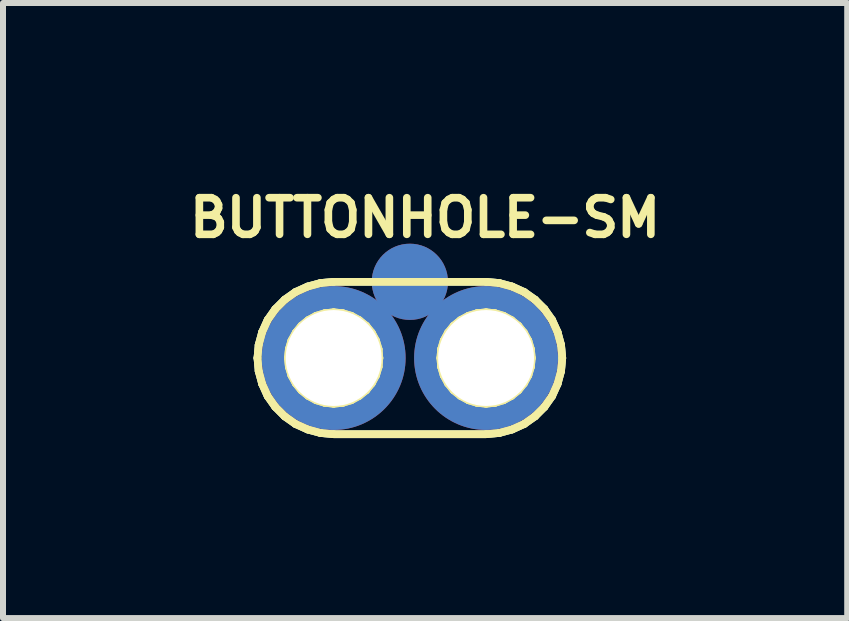
<source format=kicad_pcb>
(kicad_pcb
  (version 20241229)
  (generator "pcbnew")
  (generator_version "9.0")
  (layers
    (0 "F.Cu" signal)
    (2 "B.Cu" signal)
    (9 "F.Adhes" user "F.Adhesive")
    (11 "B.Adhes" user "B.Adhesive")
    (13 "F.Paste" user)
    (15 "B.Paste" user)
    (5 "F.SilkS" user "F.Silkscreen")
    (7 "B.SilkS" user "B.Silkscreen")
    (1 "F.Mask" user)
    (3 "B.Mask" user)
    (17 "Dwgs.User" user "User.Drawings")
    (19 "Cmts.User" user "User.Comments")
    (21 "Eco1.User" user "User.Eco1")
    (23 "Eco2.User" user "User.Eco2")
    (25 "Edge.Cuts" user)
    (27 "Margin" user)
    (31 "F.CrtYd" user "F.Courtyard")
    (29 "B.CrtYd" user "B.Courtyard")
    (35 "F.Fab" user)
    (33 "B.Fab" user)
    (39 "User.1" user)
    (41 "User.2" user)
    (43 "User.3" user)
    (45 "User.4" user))
  (footprint "BUTTONHOLE-SM"
    (layer "F.Cu")
    (at 3.78 2.916)
    (property "Reference" "BUTTONHOLE-SM" (at 0.254 -2.337 0) (layer "F.SilkS") (effects (font (size 0.61 0.61) (thickness 0.127))))
    (attr smd)
    (fp_line (start -2.54 0) (end -2.52 -0.218) (stroke (width 0.127) (type solid)) (layer "B.Cu"))
    (fp_line (start -2.52 -0.218) (end -2.461 -0.434) (stroke (width 0.127) (type solid)) (layer "B.Cu"))
    (fp_line (start -2.52 0.218) (end -2.54 0) (stroke (width 0.127) (type solid)) (layer "B.Cu"))
    (fp_line (start -2.461 -0.434) (end -2.37 -0.635) (stroke (width 0.127) (type solid)) (layer "B.Cu"))
    (fp_line (start -2.461 0.434) (end -2.52 0.218) (stroke (width 0.127) (type solid)) (layer "B.Cu"))
    (fp_line (start -2.37 -0.635) (end -2.243 -0.815) (stroke (width 0.127) (type solid)) (layer "B.Cu"))
    (fp_line (start -2.37 0.635) (end -2.461 0.434) (stroke (width 0.127) (type solid)) (layer "B.Cu"))
    (fp_line (start -2.243 -0.815) (end -2.085 -0.973) (stroke (width 0.127) (type solid)) (layer "B.Cu"))
    (fp_line (start -2.243 0.815) (end -2.37 0.635) (stroke (width 0.127) (type solid)) (layer "B.Cu"))
    (fp_line (start -2.085 -0.973) (end -1.905 -1.1) (stroke (width 0.127) (type solid)) (layer "B.Cu"))
    (fp_line (start -2.085 0.973) (end -2.243 0.815) (stroke (width 0.127) (type solid)) (layer "B.Cu"))
    (fp_line (start -1.905 -1.1) (end -1.704 -1.191) (stroke (width 0.127) (type solid)) (layer "B.Cu"))
    (fp_line (start -1.905 1.1) (end -2.085 0.973) (stroke (width 0.127) (type solid)) (layer "B.Cu"))
    (fp_line (start -1.704 -1.191) (end -1.488 -1.25) (stroke (width 0.127) (type solid)) (layer "B.Cu"))
    (fp_line (start -1.704 1.191) (end -1.905 1.1) (stroke (width 0.127) (type solid)) (layer "B.Cu"))
    (fp_line (start -1.488 -1.25) (end -1.27 -1.27) (stroke (width 0.127) (type solid)) (layer "B.Cu"))
    (fp_line (start -1.488 1.25) (end -1.704 1.191) (stroke (width 0.127) (type solid)) (layer "B.Cu"))
    (fp_line (start -1.27 -1.27) (end 1.27 -1.27) (stroke (width 0.127) (type solid)) (layer "B.Cu"))
    (fp_line (start -1.27 1.27) (end -1.488 1.25) (stroke (width 0.127) (type solid)) (layer "B.Cu"))
    (fp_line (start 1.27 -1.27) (end 1.488 -1.25) (stroke (width 0.127) (type solid)) (layer "B.Cu"))
    (fp_line (start 1.27 1.27) (end -1.27 1.27) (stroke (width 0.127) (type solid)) (layer "B.Cu"))
    (fp_line (start 1.488 -1.25) (end 1.704 -1.191) (stroke (width 0.127) (type solid)) (layer "B.Cu"))
    (fp_line (start 1.488 1.25) (end 1.27 1.27) (stroke (width 0.127) (type solid)) (layer "B.Cu"))
    (fp_line (start 1.704 -1.191) (end 1.905 -1.1) (stroke (width 0.127) (type solid)) (layer "B.Cu"))
    (fp_line (start 1.704 1.191) (end 1.488 1.25) (stroke (width 0.127) (type solid)) (layer "B.Cu"))
    (fp_line (start 1.905 -1.1) (end 2.085 -0.973) (stroke (width 0.127) (type solid)) (layer "B.Cu"))
    (fp_line (start 1.905 1.1) (end 1.704 1.191) (stroke (width 0.127) (type solid)) (layer "B.Cu"))
    (fp_line (start 2.085 -0.973) (end 2.243 -0.815) (stroke (width 0.127) (type solid)) (layer "B.Cu"))
    (fp_line (start 2.085 0.973) (end 1.905 1.1) (stroke (width 0.127) (type solid)) (layer "B.Cu"))
    (fp_line (start 2.243 -0.815) (end 2.37 -0.635) (stroke (width 0.127) (type solid)) (layer "B.Cu"))
    (fp_line (start 2.243 0.815) (end 2.085 0.973) (stroke (width 0.127) (type solid)) (layer "B.Cu"))
    (fp_line (start 2.37 -0.635) (end 2.461 -0.434) (stroke (width 0.127) (type solid)) (layer "B.Cu"))
    (fp_line (start 2.37 0.635) (end 2.243 0.815) (stroke (width 0.127) (type solid)) (layer "B.Cu"))
    (fp_line (start 2.461 -0.434) (end 2.52 -0.218) (stroke (width 0.127) (type solid)) (layer "B.Cu"))
    (fp_line (start 2.461 0.434) (end 2.37 0.635) (stroke (width 0.127) (type solid)) (layer "B.Cu"))
    (fp_line (start 2.52 -0.218) (end 2.54 0) (stroke (width 0.127) (type solid)) (layer "B.Cu"))
    (fp_line (start 2.52 0.218) (end 2.461 0.434) (stroke (width 0.127) (type solid)) (layer "B.Cu"))
    (fp_line (start 2.54 0) (end 2.52 0.218) (stroke (width 0.127) (type solid)) (layer "B.Cu"))
    (fp_line (start -2.54 0) (end -2.52 -0.218) (stroke (width 0.127) (type solid)) (layer "F.SilkS"))
    (fp_line (start -2.54 0) (end -2.52 -0.218) (stroke (width 0.127) (type solid)) (layer "F.SilkS"))
    (fp_line (start -2.52 -0.218) (end -2.461 -0.434) (stroke (width 0.127) (type solid)) (layer "F.SilkS"))
    (fp_line (start -2.52 -0.218) (end -2.461 -0.434) (stroke (width 0.127) (type solid)) (layer "F.SilkS"))
    (fp_line (start -2.52 0.218) (end -2.54 0) (stroke (width 0.127) (type solid)) (layer "F.SilkS"))
    (fp_line (start -2.52 0.218) (end -2.54 0) (stroke (width 0.127) (type solid)) (layer "F.SilkS"))
    (fp_line (start -2.461 -0.434) (end -2.37 -0.635) (stroke (width 0.127) (type solid)) (layer "F.SilkS"))
    (fp_line (start -2.461 -0.434) (end -2.37 -0.635) (stroke (width 0.127) (type solid)) (layer "F.SilkS"))
    (fp_line (start -2.461 0.434) (end -2.52 0.218) (stroke (width 0.127) (type solid)) (layer "F.SilkS"))
    (fp_line (start -2.461 0.434) (end -2.52 0.218) (stroke (width 0.127) (type solid)) (layer "F.SilkS"))
    (fp_line (start -2.37 -0.635) (end -2.243 -0.815) (stroke (width 0.127) (type solid)) (layer "F.SilkS"))
    (fp_line (start -2.37 -0.635) (end -2.243 -0.815) (stroke (width 0.127) (type solid)) (layer "F.SilkS"))
    (fp_line (start -2.37 0.635) (end -2.461 0.434) (stroke (width 0.127) (type solid)) (layer "F.SilkS"))
    (fp_line (start -2.37 0.635) (end -2.461 0.434) (stroke (width 0.127) (type solid)) (layer "F.SilkS"))
    (fp_line (start -2.243 -0.815) (end -2.085 -0.973) (stroke (width 0.127) (type solid)) (layer "F.SilkS"))
    (fp_line (start -2.243 -0.815) (end -2.085 -0.973) (stroke (width 0.127) (type solid)) (layer "F.SilkS"))
    (fp_line (start -2.243 0.815) (end -2.37 0.635) (stroke (width 0.127) (type solid)) (layer "F.SilkS"))
    (fp_line (start -2.243 0.815) (end -2.37 0.635) (stroke (width 0.127) (type solid)) (layer "F.SilkS"))
    (fp_line (start -2.085 -0.973) (end -1.905 -1.1) (stroke (width 0.127) (type solid)) (layer "F.SilkS"))
    (fp_line (start -2.085 -0.973) (end -1.905 -1.1) (stroke (width 0.127) (type solid)) (layer "F.SilkS"))
    (fp_line (start -2.085 0.973) (end -2.243 0.815) (stroke (width 0.127) (type solid)) (layer "F.SilkS"))
    (fp_line (start -2.085 0.973) (end -2.243 0.815) (stroke (width 0.127) (type solid)) (layer "F.SilkS"))
    (fp_line (start -2.032 0) (end -2.017 0.147) (stroke (width 0.127) (type solid)) (layer "F.SilkS"))
    (fp_line (start -2.032 0) (end -2.017 0.147) (stroke (width 0.127) (type solid)) (layer "F.SilkS"))
    (fp_line (start -2.017 -0.147) (end -2.032 0) (stroke (width 0.127) (type solid)) (layer "F.SilkS"))
    (fp_line (start -2.017 -0.147) (end -2.032 0) (stroke (width 0.127) (type solid)) (layer "F.SilkS"))
    (fp_line (start -2.017 0.147) (end -1.974 0.29) (stroke (width 0.127) (type solid)) (layer "F.SilkS"))
    (fp_line (start -2.017 0.147) (end -1.974 0.29) (stroke (width 0.127) (type solid)) (layer "F.SilkS"))
    (fp_line (start -1.974 -0.29) (end -2.017 -0.147) (stroke (width 0.127) (type solid)) (layer "F.SilkS"))
    (fp_line (start -1.974 -0.29) (end -2.017 -0.147) (stroke (width 0.127) (type solid)) (layer "F.SilkS"))
    (fp_line (start -1.974 0.29) (end -1.902 0.422) (stroke (width 0.127) (type solid)) (layer "F.SilkS"))
    (fp_line (start -1.974 0.29) (end -1.902 0.422) (stroke (width 0.127) (type solid)) (layer "F.SilkS"))
    (fp_line (start -1.905 -1.1) (end -1.704 -1.191) (stroke (width 0.127) (type solid)) (layer "F.SilkS"))
    (fp_line (start -1.905 -1.1) (end -1.704 -1.191) (stroke (width 0.127) (type solid)) (layer "F.SilkS"))
    (fp_line (start -1.905 1.1) (end -2.085 0.973) (stroke (width 0.127) (type solid)) (layer "F.SilkS"))
    (fp_line (start -1.905 1.1) (end -2.085 0.973) (stroke (width 0.127) (type solid)) (layer "F.SilkS"))
    (fp_line (start -1.902 -0.422) (end -1.974 -0.29) (stroke (width 0.127) (type solid)) (layer "F.SilkS"))
    (fp_line (start -1.902 -0.422) (end -1.974 -0.29) (stroke (width 0.127) (type solid)) (layer "F.SilkS"))
    (fp_line (start -1.902 0.422) (end -1.808 0.538) (stroke (width 0.127) (type solid)) (layer "F.SilkS"))
    (fp_line (start -1.902 0.422) (end -1.808 0.538) (stroke (width 0.127) (type solid)) (layer "F.SilkS"))
    (fp_line (start -1.808 -0.538) (end -1.902 -0.422) (stroke (width 0.127) (type solid)) (layer "F.SilkS"))
    (fp_line (start -1.808 -0.538) (end -1.902 -0.422) (stroke (width 0.127) (type solid)) (layer "F.SilkS"))
    (fp_line (start -1.808 0.538) (end -1.692 0.632) (stroke (width 0.127) (type solid)) (layer "F.SilkS"))
    (fp_line (start -1.808 0.538) (end -1.692 0.632) (stroke (width 0.127) (type solid)) (layer "F.SilkS"))
    (fp_line (start -1.704 -1.191) (end -1.488 -1.25) (stroke (width 0.127) (type solid)) (layer "F.SilkS"))
    (fp_line (start -1.704 -1.191) (end -1.488 -1.25) (stroke (width 0.127) (type solid)) (layer "F.SilkS"))
    (fp_line (start -1.704 1.191) (end -1.905 1.1) (stroke (width 0.127) (type solid)) (layer "F.SilkS"))
    (fp_line (start -1.704 1.191) (end -1.905 1.1) (stroke (width 0.127) (type solid)) (layer "F.SilkS"))
    (fp_line (start -1.692 -0.632) (end -1.808 -0.538) (stroke (width 0.127) (type solid)) (layer "F.SilkS"))
    (fp_line (start -1.692 -0.632) (end -1.808 -0.538) (stroke (width 0.127) (type solid)) (layer "F.SilkS"))
    (fp_line (start -1.692 0.632) (end -1.56 0.704) (stroke (width 0.127) (type solid)) (layer "F.SilkS"))
    (fp_line (start -1.692 0.632) (end -1.56 0.704) (stroke (width 0.127) (type solid)) (layer "F.SilkS"))
    (fp_line (start -1.56 -0.704) (end -1.692 -0.632) (stroke (width 0.127) (type solid)) (layer "F.SilkS"))
    (fp_line (start -1.56 -0.704) (end -1.692 -0.632) (stroke (width 0.127) (type solid)) (layer "F.SilkS"))
    (fp_line (start -1.56 0.704) (end -1.417 0.747) (stroke (width 0.127) (type solid)) (layer "F.SilkS"))
    (fp_line (start -1.56 0.704) (end -1.417 0.747) (stroke (width 0.127) (type solid)) (layer "F.SilkS"))
    (fp_line (start -1.488 -1.25) (end -1.27 -1.27) (stroke (width 0.127) (type solid)) (layer "F.SilkS"))
    (fp_line (start -1.488 -1.25) (end -1.27 -1.27) (stroke (width 0.127) (type solid)) (layer "F.SilkS"))
    (fp_line (start -1.488 1.25) (end -1.704 1.191) (stroke (width 0.127) (type solid)) (layer "F.SilkS"))
    (fp_line (start -1.488 1.25) (end -1.704 1.191) (stroke (width 0.127) (type solid)) (layer "F.SilkS"))
    (fp_line (start -1.417 -0.747) (end -1.56 -0.704) (stroke (width 0.127) (type solid)) (layer "F.SilkS"))
    (fp_line (start -1.417 -0.747) (end -1.56 -0.704) (stroke (width 0.127) (type solid)) (layer "F.SilkS"))
    (fp_line (start -1.417 0.747) (end -1.27 0.762) (stroke (width 0.127) (type solid)) (layer "F.SilkS"))
    (fp_line (start -1.417 0.747) (end -1.27 0.762) (stroke (width 0.127) (type solid)) (layer "F.SilkS"))
    (fp_line (start -1.27 -1.27) (end 1.27 -1.27) (stroke (width 0.127) (type solid)) (layer "F.SilkS"))
    (fp_line (start -1.27 -1.27) (end 1.27 -1.27) (stroke (width 0.127) (type solid)) (layer "F.SilkS"))
    (fp_line (start -1.27 -0.762) (end -1.417 -0.747) (stroke (width 0.127) (type solid)) (layer "F.SilkS"))
    (fp_line (start -1.27 -0.762) (end -1.417 -0.747) (stroke (width 0.127) (type solid)) (layer "F.SilkS"))
    (fp_line (start -1.27 0.762) (end -1.12 0.747) (stroke (width 0.127) (type solid)) (layer "F.SilkS"))
    (fp_line (start -1.27 0.762) (end -1.12 0.747) (stroke (width 0.127) (type solid)) (layer "F.SilkS"))
    (fp_line (start -1.27 1.27) (end -1.488 1.25) (stroke (width 0.127) (type solid)) (layer "F.SilkS"))
    (fp_line (start -1.27 1.27) (end -1.488 1.25) (stroke (width 0.127) (type solid)) (layer "F.SilkS"))
    (fp_line (start -1.12 -0.747) (end -1.27 -0.762) (stroke (width 0.127) (type solid)) (layer "F.SilkS"))
    (fp_line (start -1.12 -0.747) (end -1.27 -0.762) (stroke (width 0.127) (type solid)) (layer "F.SilkS"))
    (fp_line (start -1.12 0.747) (end -0.978 0.704) (stroke (width 0.127) (type solid)) (layer "F.SilkS"))
    (fp_line (start -1.12 0.747) (end -0.978 0.704) (stroke (width 0.127) (type solid)) (layer "F.SilkS"))
    (fp_line (start -0.978 -0.704) (end -1.12 -0.747) (stroke (width 0.127) (type solid)) (layer "F.SilkS"))
    (fp_line (start -0.978 -0.704) (end -1.12 -0.747) (stroke (width 0.127) (type solid)) (layer "F.SilkS"))
    (fp_line (start -0.978 0.704) (end -0.846 0.632) (stroke (width 0.127) (type solid)) (layer "F.SilkS"))
    (fp_line (start -0.978 0.704) (end -0.846 0.632) (stroke (width 0.127) (type solid)) (layer "F.SilkS"))
    (fp_line (start -0.846 -0.632) (end -0.978 -0.704) (stroke (width 0.127) (type solid)) (layer "F.SilkS"))
    (fp_line (start -0.846 -0.632) (end -0.978 -0.704) (stroke (width 0.127) (type solid)) (layer "F.SilkS"))
    (fp_line (start -0.846 0.632) (end -0.729 0.538) (stroke (width 0.127) (type solid)) (layer "F.SilkS"))
    (fp_line (start -0.846 0.632) (end -0.729 0.538) (stroke (width 0.127) (type solid)) (layer "F.SilkS"))
    (fp_line (start -0.729 -0.538) (end -0.846 -0.632) (stroke (width 0.127) (type solid)) (layer "F.SilkS"))
    (fp_line (start -0.729 -0.538) (end -0.846 -0.632) (stroke (width 0.127) (type solid)) (layer "F.SilkS"))
    (fp_line (start -0.729 0.538) (end -0.635 0.422) (stroke (width 0.127) (type solid)) (layer "F.SilkS"))
    (fp_line (start -0.729 0.538) (end -0.635 0.422) (stroke (width 0.127) (type solid)) (layer "F.SilkS"))
    (fp_line (start -0.635 -0.422) (end -0.729 -0.538) (stroke (width 0.127) (type solid)) (layer "F.SilkS"))
    (fp_line (start -0.635 -0.422) (end -0.729 -0.538) (stroke (width 0.127) (type solid)) (layer "F.SilkS"))
    (fp_line (start -0.635 0.422) (end -0.564 0.29) (stroke (width 0.127) (type solid)) (layer "F.SilkS"))
    (fp_line (start -0.635 0.422) (end -0.564 0.29) (stroke (width 0.127) (type solid)) (layer "F.SilkS"))
    (fp_line (start -0.564 -0.29) (end -0.635 -0.422) (stroke (width 0.127) (type solid)) (layer "F.SilkS"))
    (fp_line (start -0.564 -0.29) (end -0.635 -0.422) (stroke (width 0.127) (type solid)) (layer "F.SilkS"))
    (fp_line (start -0.564 0.29) (end -0.521 0.147) (stroke (width 0.127) (type solid)) (layer "F.SilkS"))
    (fp_line (start -0.564 0.29) (end -0.521 0.147) (stroke (width 0.127) (type solid)) (layer "F.SilkS"))
    (fp_line (start -0.521 -0.147) (end -0.564 -0.29) (stroke (width 0.127) (type solid)) (layer "F.SilkS"))
    (fp_line (start -0.521 -0.147) (end -0.564 -0.29) (stroke (width 0.127) (type solid)) (layer "F.SilkS"))
    (fp_line (start -0.521 0.147) (end -0.508 0) (stroke (width 0.127) (type solid)) (layer "F.SilkS"))
    (fp_line (start -0.521 0.147) (end -0.508 0) (stroke (width 0.127) (type solid)) (layer "F.SilkS"))
    (fp_line (start -0.508 0) (end -0.521 -0.147) (stroke (width 0.127) (type solid)) (layer "F.SilkS"))
    (fp_line (start -0.508 0) (end -0.521 -0.147) (stroke (width 0.127) (type solid)) (layer "F.SilkS"))
    (fp_line (start 0.508 0) (end 0.521 0.147) (stroke (width 0.127) (type solid)) (layer "F.SilkS"))
    (fp_line (start 0.508 0) (end 0.521 0.147) (stroke (width 0.127) (type solid)) (layer "F.SilkS"))
    (fp_line (start 0.521 -0.147) (end 0.508 0) (stroke (width 0.127) (type solid)) (layer "F.SilkS"))
    (fp_line (start 0.521 -0.147) (end 0.508 0) (stroke (width 0.127) (type solid)) (layer "F.SilkS"))
    (fp_line (start 0.521 0.147) (end 0.564 0.29) (stroke (width 0.127) (type solid)) (layer "F.SilkS"))
    (fp_line (start 0.521 0.147) (end 0.564 0.29) (stroke (width 0.127) (type solid)) (layer "F.SilkS"))
    (fp_line (start 0.564 -0.29) (end 0.521 -0.147) (stroke (width 0.127) (type solid)) (layer "F.SilkS"))
    (fp_line (start 0.564 -0.29) (end 0.521 -0.147) (stroke (width 0.127) (type solid)) (layer "F.SilkS"))
    (fp_line (start 0.564 0.29) (end 0.635 0.422) (stroke (width 0.127) (type solid)) (layer "F.SilkS"))
    (fp_line (start 0.564 0.29) (end 0.635 0.422) (stroke (width 0.127) (type solid)) (layer "F.SilkS"))
    (fp_line (start 0.635 -0.422) (end 0.564 -0.29) (stroke (width 0.127) (type solid)) (layer "F.SilkS"))
    (fp_line (start 0.635 -0.422) (end 0.564 -0.29) (stroke (width 0.127) (type solid)) (layer "F.SilkS"))
    (fp_line (start 0.635 0.422) (end 0.729 0.538) (stroke (width 0.127) (type solid)) (layer "F.SilkS"))
    (fp_line (start 0.635 0.422) (end 0.729 0.538) (stroke (width 0.127) (type solid)) (layer "F.SilkS"))
    (fp_line (start 0.729 -0.538) (end 0.635 -0.422) (stroke (width 0.127) (type solid)) (layer "F.SilkS"))
    (fp_line (start 0.729 -0.538) (end 0.635 -0.422) (stroke (width 0.127) (type solid)) (layer "F.SilkS"))
    (fp_line (start 0.729 0.538) (end 0.846 0.632) (stroke (width 0.127) (type solid)) (layer "F.SilkS"))
    (fp_line (start 0.729 0.538) (end 0.846 0.632) (stroke (width 0.127) (type solid)) (layer "F.SilkS"))
    (fp_line (start 0.846 -0.632) (end 0.729 -0.538) (stroke (width 0.127) (type solid)) (layer "F.SilkS"))
    (fp_line (start 0.846 -0.632) (end 0.729 -0.538) (stroke (width 0.127) (type solid)) (layer "F.SilkS"))
    (fp_line (start 0.846 0.632) (end 0.978 0.704) (stroke (width 0.127) (type solid)) (layer "F.SilkS"))
    (fp_line (start 0.846 0.632) (end 0.978 0.704) (stroke (width 0.127) (type solid)) (layer "F.SilkS"))
    (fp_line (start 0.978 -0.704) (end 0.846 -0.632) (stroke (width 0.127) (type solid)) (layer "F.SilkS"))
    (fp_line (start 0.978 -0.704) (end 0.846 -0.632) (stroke (width 0.127) (type solid)) (layer "F.SilkS"))
    (fp_line (start 0.978 0.704) (end 1.12 0.747) (stroke (width 0.127) (type solid)) (layer "F.SilkS"))
    (fp_line (start 0.978 0.704) (end 1.12 0.747) (stroke (width 0.127) (type solid)) (layer "F.SilkS"))
    (fp_line (start 1.12 -0.747) (end 0.978 -0.704) (stroke (width 0.127) (type solid)) (layer "F.SilkS"))
    (fp_line (start 1.12 -0.747) (end 0.978 -0.704) (stroke (width 0.127) (type solid)) (layer "F.SilkS"))
    (fp_line (start 1.12 0.747) (end 1.27 0.762) (stroke (width 0.127) (type solid)) (layer "F.SilkS"))
    (fp_line (start 1.12 0.747) (end 1.27 0.762) (stroke (width 0.127) (type solid)) (layer "F.SilkS"))
    (fp_line (start 1.27 -1.27) (end 1.488 -1.25) (stroke (width 0.127) (type solid)) (layer "F.SilkS"))
    (fp_line (start 1.27 -1.27) (end 1.488 -1.25) (stroke (width 0.127) (type solid)) (layer "F.SilkS"))
    (fp_line (start 1.27 -0.762) (end 1.12 -0.747) (stroke (width 0.127) (type solid)) (layer "F.SilkS"))
    (fp_line (start 1.27 -0.762) (end 1.12 -0.747) (stroke (width 0.127) (type solid)) (layer "F.SilkS"))
    (fp_line (start 1.27 0.762) (end 1.417 0.747) (stroke (width 0.127) (type solid)) (layer "F.SilkS"))
    (fp_line (start 1.27 0.762) (end 1.417 0.747) (stroke (width 0.127) (type solid)) (layer "F.SilkS"))
    (fp_line (start 1.27 1.27) (end -1.27 1.27) (stroke (width 0.127) (type solid)) (layer "F.SilkS"))
    (fp_line (start 1.27 1.27) (end -1.27 1.27) (stroke (width 0.127) (type solid)) (layer "F.SilkS"))
    (fp_line (start 1.417 -0.747) (end 1.27 -0.762) (stroke (width 0.127) (type solid)) (layer "F.SilkS"))
    (fp_line (start 1.417 -0.747) (end 1.27 -0.762) (stroke (width 0.127) (type solid)) (layer "F.SilkS"))
    (fp_line (start 1.417 0.747) (end 1.56 0.704) (stroke (width 0.127) (type solid)) (layer "F.SilkS"))
    (fp_line (start 1.417 0.747) (end 1.56 0.704) (stroke (width 0.127) (type solid)) (layer "F.SilkS"))
    (fp_line (start 1.488 -1.25) (end 1.704 -1.191) (stroke (width 0.127) (type solid)) (layer "F.SilkS"))
    (fp_line (start 1.488 -1.25) (end 1.704 -1.191) (stroke (width 0.127) (type solid)) (layer "F.SilkS"))
    (fp_line (start 1.488 1.25) (end 1.27 1.27) (stroke (width 0.127) (type solid)) (layer "F.SilkS"))
    (fp_line (start 1.488 1.25) (end 1.27 1.27) (stroke (width 0.127) (type solid)) (layer "F.SilkS"))
    (fp_line (start 1.56 -0.704) (end 1.417 -0.747) (stroke (width 0.127) (type solid)) (layer "F.SilkS"))
    (fp_line (start 1.56 -0.704) (end 1.417 -0.747) (stroke (width 0.127) (type solid)) (layer "F.SilkS"))
    (fp_line (start 1.56 0.704) (end 1.692 0.632) (stroke (width 0.127) (type solid)) (layer "F.SilkS"))
    (fp_line (start 1.56 0.704) (end 1.692 0.632) (stroke (width 0.127) (type solid)) (layer "F.SilkS"))
    (fp_line (start 1.692 -0.632) (end 1.56 -0.704) (stroke (width 0.127) (type solid)) (layer "F.SilkS"))
    (fp_line (start 1.692 -0.632) (end 1.56 -0.704) (stroke (width 0.127) (type solid)) (layer "F.SilkS"))
    (fp_line (start 1.692 0.632) (end 1.808 0.538) (stroke (width 0.127) (type solid)) (layer "F.SilkS"))
    (fp_line (start 1.692 0.632) (end 1.808 0.538) (stroke (width 0.127) (type solid)) (layer "F.SilkS"))
    (fp_line (start 1.704 -1.191) (end 1.905 -1.1) (stroke (width 0.127) (type solid)) (layer "F.SilkS"))
    (fp_line (start 1.704 -1.191) (end 1.905 -1.1) (stroke (width 0.127) (type solid)) (layer "F.SilkS"))
    (fp_line (start 1.704 1.191) (end 1.488 1.25) (stroke (width 0.127) (type solid)) (layer "F.SilkS"))
    (fp_line (start 1.704 1.191) (end 1.488 1.25) (stroke (width 0.127) (type solid)) (layer "F.SilkS"))
    (fp_line (start 1.808 -0.538) (end 1.692 -0.632) (stroke (width 0.127) (type solid)) (layer "F.SilkS"))
    (fp_line (start 1.808 -0.538) (end 1.692 -0.632) (stroke (width 0.127) (type solid)) (layer "F.SilkS"))
    (fp_line (start 1.808 0.538) (end 1.902 0.422) (stroke (width 0.127) (type solid)) (layer "F.SilkS"))
    (fp_line (start 1.808 0.538) (end 1.902 0.422) (stroke (width 0.127) (type solid)) (layer "F.SilkS"))
    (fp_line (start 1.902 -0.422) (end 1.808 -0.538) (stroke (width 0.127) (type solid)) (layer "F.SilkS"))
    (fp_line (start 1.902 -0.422) (end 1.808 -0.538) (stroke (width 0.127) (type solid)) (layer "F.SilkS"))
    (fp_line (start 1.902 0.422) (end 1.974 0.29) (stroke (width 0.127) (type solid)) (layer "F.SilkS"))
    (fp_line (start 1.902 0.422) (end 1.974 0.29) (stroke (width 0.127) (type solid)) (layer "F.SilkS"))
    (fp_line (start 1.905 -1.1) (end 2.085 -0.973) (stroke (width 0.127) (type solid)) (layer "F.SilkS"))
    (fp_line (start 1.905 -1.1) (end 2.085 -0.973) (stroke (width 0.127) (type solid)) (layer "F.SilkS"))
    (fp_line (start 1.905 1.1) (end 1.704 1.191) (stroke (width 0.127) (type solid)) (layer "F.SilkS"))
    (fp_line (start 1.905 1.1) (end 1.704 1.191) (stroke (width 0.127) (type solid)) (layer "F.SilkS"))
    (fp_line (start 1.974 -0.29) (end 1.902 -0.422) (stroke (width 0.127) (type solid)) (layer "F.SilkS"))
    (fp_line (start 1.974 -0.29) (end 1.902 -0.422) (stroke (width 0.127) (type solid)) (layer "F.SilkS"))
    (fp_line (start 1.974 0.29) (end 2.017 0.147) (stroke (width 0.127) (type solid)) (layer "F.SilkS"))
    (fp_line (start 1.974 0.29) (end 2.017 0.147) (stroke (width 0.127) (type solid)) (layer "F.SilkS"))
    (fp_line (start 2.017 -0.147) (end 1.974 -0.29) (stroke (width 0.127) (type solid)) (layer "F.SilkS"))
    (fp_line (start 2.017 -0.147) (end 1.974 -0.29) (stroke (width 0.127) (type solid)) (layer "F.SilkS"))
    (fp_line (start 2.017 0.147) (end 2.032 0) (stroke (width 0.127) (type solid)) (layer "F.SilkS"))
    (fp_line (start 2.017 0.147) (end 2.032 0) (stroke (width 0.127) (type solid)) (layer "F.SilkS"))
    (fp_line (start 2.032 0) (end 2.017 -0.147) (stroke (width 0.127) (type solid)) (layer "F.SilkS"))
    (fp_line (start 2.032 0) (end 2.017 -0.147) (stroke (width 0.127) (type solid)) (layer "F.SilkS"))
    (fp_line (start 2.085 -0.973) (end 2.243 -0.815) (stroke (width 0.127) (type solid)) (layer "F.SilkS"))
    (fp_line (start 2.085 -0.973) (end 2.243 -0.815) (stroke (width 0.127) (type solid)) (layer "F.SilkS"))
    (fp_line (start 2.085 0.973) (end 1.905 1.1) (stroke (width 0.127) (type solid)) (layer "F.SilkS"))
    (fp_line (start 2.085 0.973) (end 1.905 1.1) (stroke (width 0.127) (type solid)) (layer "F.SilkS"))
    (fp_line (start 2.243 -0.815) (end 2.37 -0.635) (stroke (width 0.127) (type solid)) (layer "F.SilkS"))
    (fp_line (start 2.243 -0.815) (end 2.37 -0.635) (stroke (width 0.127) (type solid)) (layer "F.SilkS"))
    (fp_line (start 2.243 0.815) (end 2.085 0.973) (stroke (width 0.127) (type solid)) (layer "F.SilkS"))
    (fp_line (start 2.243 0.815) (end 2.085 0.973) (stroke (width 0.127) (type solid)) (layer "F.SilkS"))
    (fp_line (start 2.37 -0.635) (end 2.461 -0.434) (stroke (width 0.127) (type solid)) (layer "F.SilkS"))
    (fp_line (start 2.37 -0.635) (end 2.461 -0.434) (stroke (width 0.127) (type solid)) (layer "F.SilkS"))
    (fp_line (start 2.37 0.635) (end 2.243 0.815) (stroke (width 0.127) (type solid)) (layer "F.SilkS"))
    (fp_line (start 2.37 0.635) (end 2.243 0.815) (stroke (width 0.127) (type solid)) (layer "F.SilkS"))
    (fp_line (start 2.461 -0.434) (end 2.52 -0.218) (stroke (width 0.127) (type solid)) (layer "F.SilkS"))
    (fp_line (start 2.461 -0.434) (end 2.52 -0.218) (stroke (width 0.127) (type solid)) (layer "F.SilkS"))
    (fp_line (start 2.461 0.434) (end 2.37 0.635) (stroke (width 0.127) (type solid)) (layer "F.SilkS"))
    (fp_line (start 2.461 0.434) (end 2.37 0.635) (stroke (width 0.127) (type solid)) (layer "F.SilkS"))
    (fp_line (start 2.52 -0.218) (end 2.54 0) (stroke (width 0.127) (type solid)) (layer "F.SilkS"))
    (fp_line (start 2.52 -0.218) (end 2.54 0) (stroke (width 0.127) (type solid)) (layer "F.SilkS"))
    (fp_line (start 2.52 0.218) (end 2.461 0.434) (stroke (width 0.127) (type solid)) (layer "F.SilkS"))
    (fp_line (start 2.52 0.218) (end 2.461 0.434) (stroke (width 0.127) (type solid)) (layer "F.SilkS"))
    (fp_line (start 2.54 0) (end 2.52 0.218) (stroke (width 0.127) (type solid)) (layer "F.SilkS"))
    (fp_line (start 2.54 0) (end 2.52 0.218) (stroke (width 0.127) (type solid)) (layer "F.SilkS"))
    (fp_line (start -2.54 0) (end -2.52 -0.218) (stroke (width 0.127) (type solid)) (layer "B.Adhes"))
    (fp_line (start -2.52 -0.218) (end -2.461 -0.434) (stroke (width 0.127) (type solid)) (layer "B.Adhes"))
    (fp_line (start -2.52 0.218) (end -2.54 0) (stroke (width 0.127) (type solid)) (layer "B.Adhes"))
    (fp_line (start -2.461 -0.434) (end -2.37 -0.635) (stroke (width 0.127) (type solid)) (layer "B.Adhes"))
    (fp_line (start -2.461 0.434) (end -2.52 0.218) (stroke (width 0.127) (type solid)) (layer "B.Adhes"))
    (fp_line (start -2.37 -0.635) (end -2.243 -0.815) (stroke (width 0.127) (type solid)) (layer "B.Adhes"))
    (fp_line (start -2.37 0.635) (end -2.461 0.434) (stroke (width 0.127) (type solid)) (layer "B.Adhes"))
    (fp_line (start -2.243 -0.815) (end -2.085 -0.973) (stroke (width 0.127) (type solid)) (layer "B.Adhes"))
    (fp_line (start -2.243 0.815) (end -2.37 0.635) (stroke (width 0.127) (type solid)) (layer "B.Adhes"))
    (fp_line (start -2.085 -0.973) (end -1.905 -1.1) (stroke (width 0.127) (type solid)) (layer "B.Adhes"))
    (fp_line (start -2.085 0.973) (end -2.243 0.815) (stroke (width 0.127) (type solid)) (layer "B.Adhes"))
    (fp_line (start -1.905 -1.1) (end -1.704 -1.191) (stroke (width 0.127) (type solid)) (layer "B.Adhes"))
    (fp_line (start -1.905 1.1) (end -2.085 0.973) (stroke (width 0.127) (type solid)) (layer "B.Adhes"))
    (fp_line (start -1.704 -1.191) (end -1.488 -1.25) (stroke (width 0.127) (type solid)) (layer "B.Adhes"))
    (fp_line (start -1.704 1.191) (end -1.905 1.1) (stroke (width 0.127) (type solid)) (layer "B.Adhes"))
    (fp_line (start -1.488 -1.25) (end -1.27 -1.27) (stroke (width 0.127) (type solid)) (layer "B.Adhes"))
    (fp_line (start -1.488 1.25) (end -1.704 1.191) (stroke (width 0.127) (type solid)) (layer "B.Adhes"))
    (fp_line (start -1.27 -1.27) (end 1.27 -1.27) (stroke (width 0.127) (type solid)) (layer "B.Adhes"))
    (fp_line (start -1.27 1.27) (end -1.488 1.25) (stroke (width 0.127) (type solid)) (layer "B.Adhes"))
    (fp_line (start 1.27 -1.27) (end 1.488 -1.25) (stroke (width 0.127) (type solid)) (layer "B.Adhes"))
    (fp_line (start 1.27 1.27) (end -1.27 1.27) (stroke (width 0.127) (type solid)) (layer "B.Adhes"))
    (fp_line (start 1.488 -1.25) (end 1.704 -1.191) (stroke (width 0.127) (type solid)) (layer "B.Adhes"))
    (fp_line (start 1.488 1.25) (end 1.27 1.27) (stroke (width 0.127) (type solid)) (layer "B.Adhes"))
    (fp_line (start 1.704 -1.191) (end 1.905 -1.1) (stroke (width 0.127) (type solid)) (layer "B.Adhes"))
    (fp_line (start 1.704 1.191) (end 1.488 1.25) (stroke (width 0.127) (type solid)) (layer "B.Adhes"))
    (fp_line (start 1.905 -1.1) (end 2.085 -0.973) (stroke (width 0.127) (type solid)) (layer "B.Adhes"))
    (fp_line (start 1.905 1.1) (end 1.704 1.191) (stroke (width 0.127) (type solid)) (layer "B.Adhes"))
    (fp_line (start 2.085 -0.973) (end 2.243 -0.815) (stroke (width 0.127) (type solid)) (layer "B.Adhes"))
    (fp_line (start 2.085 0.973) (end 1.905 1.1) (stroke (width 0.127) (type solid)) (layer "B.Adhes"))
    (fp_line (start 2.243 -0.815) (end 2.37 -0.635) (stroke (width 0.127) (type solid)) (layer "B.Adhes"))
    (fp_line (start 2.243 0.815) (end 2.085 0.973) (stroke (width 0.127) (type solid)) (layer "B.Adhes"))
    (fp_line (start 2.37 -0.635) (end 2.461 -0.434) (stroke (width 0.127) (type solid)) (layer "B.Adhes"))
    (fp_line (start 2.37 0.635) (end 2.243 0.815) (stroke (width 0.127) (type solid)) (layer "B.Adhes"))
    (fp_line (start 2.461 -0.434) (end 2.52 -0.218) (stroke (width 0.127) (type solid)) (layer "B.Adhes"))
    (fp_line (start 2.461 0.434) (end 2.37 0.635) (stroke (width 0.127) (type solid)) (layer "B.Adhes"))
    (fp_line (start 2.52 -0.218) (end 2.54 0) (stroke (width 0.127) (type solid)) (layer "B.Adhes"))
    (fp_line (start 2.52 0.218) (end 2.461 0.434) (stroke (width 0.127) (type solid)) (layer "B.Adhes"))
    (fp_line (start 2.54 0) (end 2.52 0.218) (stroke (width 0.127) (type solid)) (layer "B.Adhes"))
    (pad "P$1" thru_hole circle (at -1.27 0) (size 2.398 2.398) (drill 1.598) (layers "*.Cu" "*.Paste" "*.Mask"))
    (pad "P$2" thru_hole circle (at 1.27 0) (size 2.398 2.398) (drill 1.598) (layers "*.Cu" "*.Paste" "*.Mask"))
    (pad "P$3" smd circle (at 0 -1.27 90) (size 1.27 1.27) (layers "F.Cu" "F.Mask" "F.Paste"))
    (pad "P$4" smd circle (at 0 -1.27 90) (size 1.27 1.27) (layers "B.Cu" "B.Mask")))
  (gr_rect
    (start -3 -3)
    (end 11.068 7.25)
    (stroke (width 0.1) (type default))
    (fill no)
    (layer "Edge.Cuts")))
</source>
